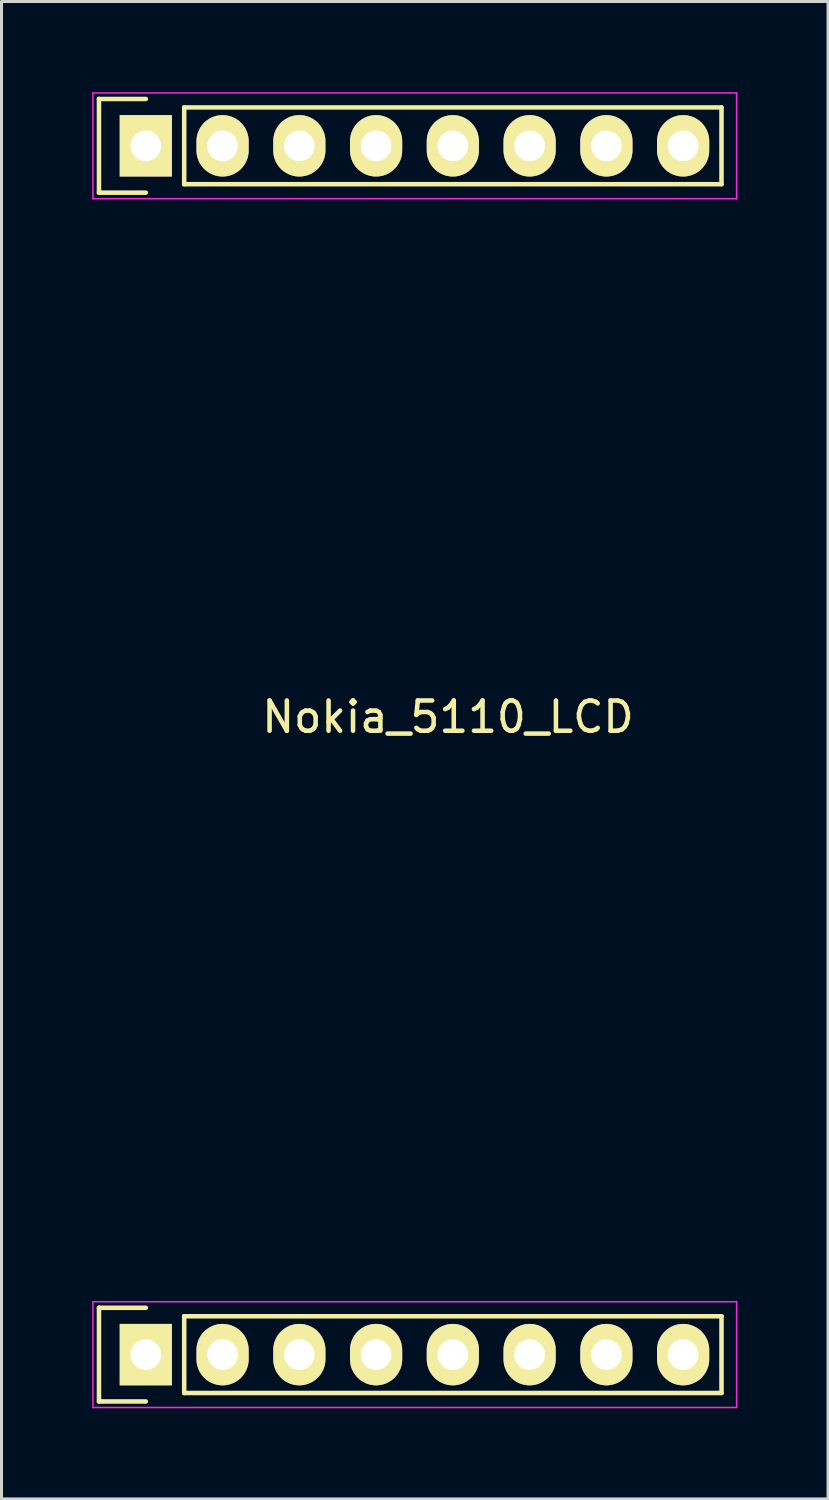
<source format=kicad_pcb>
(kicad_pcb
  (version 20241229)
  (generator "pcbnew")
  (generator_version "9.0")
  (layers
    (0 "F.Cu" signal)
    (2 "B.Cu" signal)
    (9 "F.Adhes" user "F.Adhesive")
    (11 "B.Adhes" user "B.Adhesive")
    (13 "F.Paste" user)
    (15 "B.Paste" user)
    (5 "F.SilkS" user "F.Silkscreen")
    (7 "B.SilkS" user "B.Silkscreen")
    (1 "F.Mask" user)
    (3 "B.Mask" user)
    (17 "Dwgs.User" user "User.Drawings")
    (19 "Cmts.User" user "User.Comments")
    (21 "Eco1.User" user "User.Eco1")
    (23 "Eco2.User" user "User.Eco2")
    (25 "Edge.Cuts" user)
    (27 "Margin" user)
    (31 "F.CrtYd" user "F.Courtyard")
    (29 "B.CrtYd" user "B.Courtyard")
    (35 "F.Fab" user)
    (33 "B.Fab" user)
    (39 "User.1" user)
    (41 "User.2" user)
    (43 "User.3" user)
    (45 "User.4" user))
  (footprint "Nokia_5110_LCD"
    (layer "F.Cu")
    (at 1.775 1.775)
    (property "Reference" "Nokia_5110_LCD" (at 10 18.9 0) (layer "F.SilkS") (effects (font (size 1 1) (thickness 0.15))))
    (attr through_hole)
    (fp_line (start -1.55 -1.55) (end -1.55 1.55) (stroke (width 0.15) (type solid)) (layer "F.SilkS"))
    (fp_line (start -1.55 1.55) (end 0 1.55) (stroke (width 0.15) (type solid)) (layer "F.SilkS"))
    (fp_line (start -1.55 38.45) (end -1.55 41.55) (stroke (width 0.15) (type solid)) (layer "F.SilkS"))
    (fp_line (start -1.55 41.55) (end 0 41.55) (stroke (width 0.15) (type solid)) (layer "F.SilkS"))
    (fp_line (start 0 -1.55) (end -1.55 -1.55) (stroke (width 0.15) (type solid)) (layer "F.SilkS"))
    (fp_line (start 0 38.45) (end -1.55 38.45) (stroke (width 0.15) (type solid)) (layer "F.SilkS"))
    (fp_line (start 1.27 1.27) (end 1.27 -1.27) (stroke (width 0.15) (type solid)) (layer "F.SilkS"))
    (fp_line (start 1.27 1.27) (end 19.05 1.27) (stroke (width 0.15) (type solid)) (layer "F.SilkS"))
    (fp_line (start 1.27 41.27) (end 1.27 38.73) (stroke (width 0.15) (type solid)) (layer "F.SilkS"))
    (fp_line (start 1.27 41.27) (end 19.05 41.27) (stroke (width 0.15) (type solid)) (layer "F.SilkS"))
    (fp_line (start 19.05 -1.27) (end 1.27 -1.27) (stroke (width 0.15) (type solid)) (layer "F.SilkS"))
    (fp_line (start 19.05 1.27) (end 19.05 -1.27) (stroke (width 0.15) (type solid)) (layer "F.SilkS"))
    (fp_line (start 19.05 38.73) (end 1.27 38.73) (stroke (width 0.15) (type solid)) (layer "F.SilkS"))
    (fp_line (start 19.05 41.27) (end 19.05 38.73) (stroke (width 0.15) (type solid)) (layer "F.SilkS"))
    (fp_line (start -1.75 -1.75) (end -1.75 1.75) (stroke (width 0.05) (type solid)) (layer "F.CrtYd"))
    (fp_line (start -1.75 -1.75) (end 19.55 -1.75) (stroke (width 0.05) (type solid)) (layer "F.CrtYd"))
    (fp_line (start -1.75 1.75) (end 19.55 1.75) (stroke (width 0.05) (type solid)) (layer "F.CrtYd"))
    (fp_line (start -1.75 38.25) (end -1.75 41.75) (stroke (width 0.05) (type solid)) (layer "F.CrtYd"))
    (fp_line (start -1.75 38.25) (end 19.55 38.25) (stroke (width 0.05) (type solid)) (layer "F.CrtYd"))
    (fp_line (start -1.75 41.75) (end 19.55 41.75) (stroke (width 0.05) (type solid)) (layer "F.CrtYd"))
    (fp_line (start 19.55 -1.75) (end 19.55 1.75) (stroke (width 0.05) (type solid)) (layer "F.CrtYd"))
    (fp_line (start 19.55 38.25) (end 19.55 41.75) (stroke (width 0.05) (type solid)) (layer "F.CrtYd"))
    (pad "1" thru_hole rect (at 0 0) (size 1.727 2.032) (drill 1.016) (layers "*.Cu" "*.Mask" "F.SilkS"))
    (pad "1" thru_hole rect (at 0 40) (size 1.727 2.032) (drill 1.016) (layers "*.Cu" "*.Mask" "F.SilkS"))
    (pad "2" thru_hole oval (at 2.54 0) (size 1.727 2.032) (drill 1.016) (layers "*.Cu" "*.Mask" "F.SilkS"))
    (pad "2" thru_hole oval (at 2.54 40) (size 1.727 2.032) (drill 1.016) (layers "*.Cu" "*.Mask" "F.SilkS"))
    (pad "3" thru_hole oval (at 5.08 0) (size 1.727 2.032) (drill 1.016) (layers "*.Cu" "*.Mask" "F.SilkS"))
    (pad "3" thru_hole oval (at 5.08 40) (size 1.727 2.032) (drill 1.016) (layers "*.Cu" "*.Mask" "F.SilkS"))
    (pad "4" thru_hole oval (at 7.62 0) (size 1.727 2.032) (drill 1.016) (layers "*.Cu" "*.Mask" "F.SilkS"))
    (pad "4" thru_hole oval (at 7.62 40) (size 1.727 2.032) (drill 1.016) (layers "*.Cu" "*.Mask" "F.SilkS"))
    (pad "5" thru_hole oval (at 10.16 0) (size 1.727 2.032) (drill 1.016) (layers "*.Cu" "*.Mask" "F.SilkS"))
    (pad "5" thru_hole oval (at 10.16 40) (size 1.727 2.032) (drill 1.016) (layers "*.Cu" "*.Mask" "F.SilkS"))
    (pad "6" thru_hole oval (at 12.7 0) (size 1.727 2.032) (drill 1.016) (layers "*.Cu" "*.Mask" "F.SilkS"))
    (pad "6" thru_hole oval (at 12.7 40) (size 1.727 2.032) (drill 1.016) (layers "*.Cu" "*.Mask" "F.SilkS"))
    (pad "7" thru_hole oval (at 15.24 0) (size 1.727 2.032) (drill 1.016) (layers "*.Cu" "*.Mask" "F.SilkS"))
    (pad "7" thru_hole oval (at 15.24 40) (size 1.727 2.032) (drill 1.016) (layers "*.Cu" "*.Mask" "F.SilkS"))
    (pad "8" thru_hole oval (at 17.78 0) (size 1.727 2.032) (drill 1.016) (layers "*.Cu" "*.Mask" "F.SilkS"))
    (pad "8" thru_hole oval (at 17.78 40) (size 1.727 2.032) (drill 1.016) (layers "*.Cu" "*.Mask" "F.SilkS")))
  (gr_rect
    (start -3 -3)
    (end 24.35 46.55)
    (stroke (width 0.1) (type default))
    (fill no)
    (layer "Edge.Cuts")))
</source>
